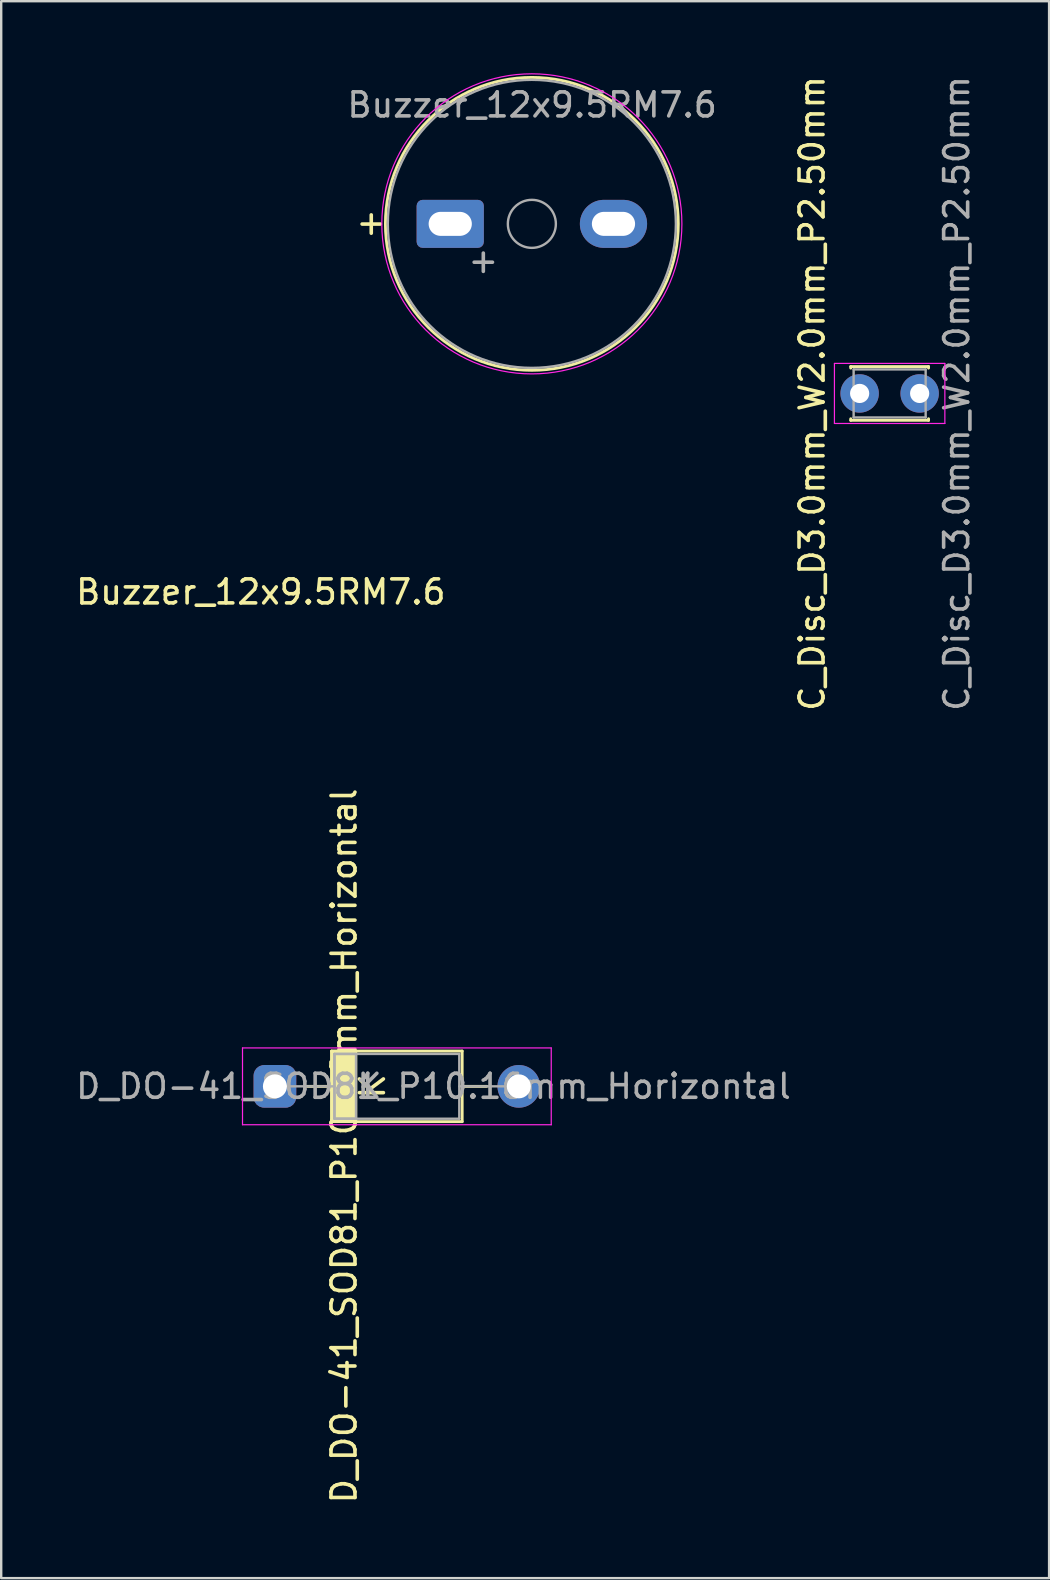
<source format=kicad_pcb>
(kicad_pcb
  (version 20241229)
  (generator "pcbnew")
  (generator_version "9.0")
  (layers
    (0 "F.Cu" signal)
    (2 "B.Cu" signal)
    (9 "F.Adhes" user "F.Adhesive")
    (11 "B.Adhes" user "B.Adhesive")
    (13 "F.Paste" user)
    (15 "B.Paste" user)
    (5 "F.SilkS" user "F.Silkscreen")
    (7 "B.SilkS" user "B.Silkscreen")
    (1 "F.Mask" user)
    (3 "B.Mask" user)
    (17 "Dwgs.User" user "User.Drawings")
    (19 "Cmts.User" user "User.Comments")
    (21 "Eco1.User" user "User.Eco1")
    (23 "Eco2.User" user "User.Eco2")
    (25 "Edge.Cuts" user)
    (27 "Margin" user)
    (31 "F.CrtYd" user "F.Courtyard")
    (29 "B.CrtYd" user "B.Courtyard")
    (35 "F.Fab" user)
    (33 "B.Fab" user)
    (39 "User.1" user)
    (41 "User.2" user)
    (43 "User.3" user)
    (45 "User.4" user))
  (footprint "D_DO-41_SOD81_P10.16mm_Horizontal"
    (layer "F.Cu")
    (at 8.402 42.203)
    (property "Reference" "D_DO-41_SOD81_P10.16mm_Horizontal" (at 2.88 2.482 90) (layer "F.SilkS") (effects (font (size 1 1) (thickness 0.15))))
    (attr through_hole)
    (fp_line (start 1.34 0) (end 2.36 0) (stroke (width 0.12) (type solid)) (layer "F.SilkS"))
    (fp_line (start 2.36 -1.47) (end 2.36 1.47) (stroke (width 0.12) (type solid)) (layer "F.SilkS"))
    (fp_line (start 2.36 1.47) (end 7.8 1.47) (stroke (width 0.12) (type solid)) (layer "F.SilkS"))
    (fp_line (start 7.8 -1.47) (end 2.36 -1.47) (stroke (width 0.12) (type solid)) (layer "F.SilkS"))
    (fp_line (start 7.8 1.47) (end 7.8 -1.47) (stroke (width 0.12) (type solid)) (layer "F.SilkS"))
    (fp_line (start 8.82 0) (end 7.8 0) (stroke (width 0.12) (type solid)) (layer "F.SilkS"))
    (fp_rect (start 2.36 -1.47) (end 3.378 1.473) (stroke (width 0.1) (type solid)) (fill yes) (layer "F.SilkS"))
    (fp_line (start -1.35 -1.6) (end -1.35 1.6) (stroke (width 0.05) (type solid)) (layer "F.CrtYd"))
    (fp_line (start -1.35 1.6) (end 11.51 1.6) (stroke (width 0.05) (type solid)) (layer "F.CrtYd"))
    (fp_line (start 11.51 -1.6) (end -1.35 -1.6) (stroke (width 0.05) (type solid)) (layer "F.CrtYd"))
    (fp_line (start 11.51 1.6) (end 11.51 -1.6) (stroke (width 0.05) (type solid)) (layer "F.CrtYd"))
    (fp_line (start 0 0) (end 2.48 0) (stroke (width 0.1) (type solid)) (layer "F.Fab"))
    (fp_line (start 2.48 -1.35) (end 2.48 1.35) (stroke (width 0.1) (type solid)) (layer "F.Fab"))
    (fp_line (start 2.48 1.35) (end 7.68 1.35) (stroke (width 0.1) (type solid)) (layer "F.Fab"))
    (fp_line (start 7.68 -1.35) (end 2.48 -1.35) (stroke (width 0.1) (type solid)) (layer "F.Fab"))
    (fp_line (start 7.68 1.35) (end 7.68 -1.35) (stroke (width 0.1) (type solid)) (layer "F.Fab"))
    (fp_line (start 10.16 0) (end 7.68 0) (stroke (width 0.1) (type solid)) (layer "F.Fab"))
    (fp_rect (start 2.48 -1.35) (end 3.378 1.346) (stroke (width 0.1) (type solid)) (fill no) (layer "F.Fab"))
    (fp_text user "K" (at 4.064 0 90) (layer "F.SilkS") (effects (font (size 1 1) (thickness 0.15))))
    (fp_text user "${REFERENCE}" (at 6.604 0 0) (layer "F.Fab") (effects (font (size 1 1) (thickness 0.15))))
    (fp_text user "K" (at 3.937 0 0) (layer "F.Fab") (effects (font (size 1 1) (thickness 0.15))))
    (pad "1" thru_hole roundrect (at 0 0) (size 1.778 1.778) (drill 1) (layers "*.Cu" "*.Mask") (roundrect_rratio 0.25))
    (pad "2" thru_hole oval (at 10.16 0) (size 1.778 1.778) (drill 1) (layers "*.Cu" "*.Mask")))
  (footprint "C_Disc_D3.0mm_W2.0mm_P2.50mm"
    (layer "F.Cu")
    (at 32.759 13.339)
    (property "Reference" "C_Disc_D3.0mm_W2.0mm_P2.50mm" (at -1.98 0 90) (layer "F.SilkS") (effects (font (size 1 1) (thickness 0.15))))
    (attr through_hole)
    (fp_line (start -0.37 -1.12) (end -0.37 -1.055) (stroke (width 0.12) (type solid)) (layer "F.SilkS"))
    (fp_line (start -0.37 -1.12) (end 2.87 -1.12) (stroke (width 0.12) (type solid)) (layer "F.SilkS"))
    (fp_line (start -0.37 1.055) (end -0.37 1.12) (stroke (width 0.12) (type solid)) (layer "F.SilkS"))
    (fp_line (start -0.37 1.12) (end 2.87 1.12) (stroke (width 0.12) (type solid)) (layer "F.SilkS"))
    (fp_line (start 2.87 -1.12) (end 2.87 -1.055) (stroke (width 0.12) (type solid)) (layer "F.SilkS"))
    (fp_line (start 2.87 1.055) (end 2.87 1.12) (stroke (width 0.12) (type solid)) (layer "F.SilkS"))
    (fp_line (start -1.05 -1.25) (end -1.05 1.25) (stroke (width 0.05) (type solid)) (layer "F.CrtYd"))
    (fp_line (start -1.05 1.25) (end 3.55 1.25) (stroke (width 0.05) (type solid)) (layer "F.CrtYd"))
    (fp_line (start 3.55 -1.25) (end -1.05 -1.25) (stroke (width 0.05) (type solid)) (layer "F.CrtYd"))
    (fp_line (start 3.55 1.25) (end 3.55 -1.25) (stroke (width 0.05) (type solid)) (layer "F.CrtYd"))
    (fp_line (start -0.25 -1) (end -0.25 1) (stroke (width 0.1) (type solid)) (layer "F.Fab"))
    (fp_line (start -0.25 1) (end 2.75 1) (stroke (width 0.1) (type solid)) (layer "F.Fab"))
    (fp_line (start 2.75 -1) (end -0.25 -1) (stroke (width 0.1) (type solid)) (layer "F.Fab"))
    (fp_line (start 2.75 1) (end 2.75 -1) (stroke (width 0.1) (type solid)) (layer "F.Fab"))
    (fp_text user "${REFERENCE}" (at 4.044 0 90) (layer "F.Fab") (effects (font (size 1 1) (thickness 0.15))))
    (pad "1" thru_hole circle (at 0 0) (size 1.6 1.6) (drill 0.8) (layers "*.Cu" "*.Mask"))
    (pad "2" thru_hole circle (at 2.5 0) (size 1.6 1.6) (drill 0.8) (layers "*.Cu" "*.Mask")))
  (footprint "Buzzer_12x9.5RM7.6"
    (layer "F.Cu")
    (at 19.105 6.275)
    (property "Reference" "Buzzer_12x9.5RM7.6" (at -11.29 15.334 0) (layer "F.SilkS") (effects (font (size 1 1) (thickness 0.15))))
    (attr through_hole)
    (fp_circle (center 0 0) (end 6.1 0) (stroke (width 0.12) (type solid)) (fill no) (layer "F.SilkS"))
    (fp_circle (center 0 0) (end 6.25 0) (stroke (width 0.05) (type solid)) (fill no) (layer "F.CrtYd"))
    (fp_circle (center 0 0) (end 1 0) (stroke (width 0.1) (type solid)) (fill no) (layer "F.Fab"))
    (fp_circle (center 0 0) (end 6 0) (stroke (width 0.1) (type solid)) (fill no) (layer "F.Fab"))
    (fp_text user "+" (at -6.69 -0.066 0) (layer "F.SilkS") (effects (font (size 1 1) (thickness 0.15))))
    (fp_text user "+" (at -2.022 1.524 0) (layer "F.Fab") (effects (font (size 1 1) (thickness 0.15))))
    (fp_text user "${REFERENCE}" (at 0.01 -4.953 0) (layer "F.Fab") (effects (font (size 1 1) (thickness 0.15))))
    (pad "1" thru_hole roundrect (at -3.4 0) (size 2.8 2) (drill oval 1.8 1) (layers "*.Cu" "*.Mask") (roundrect_rratio 0.125))
    (pad "2" thru_hole oval (at 3.4 0) (size 2.8 2) (drill oval 1.8 1) (layers "*.Cu" "*.Mask")))
  (gr_rect
    (start -3 -3)
    (end 40.651 62.69)
    (stroke (width 0.1) (type default))
    (fill no)
    (layer "Edge.Cuts")))
</source>
